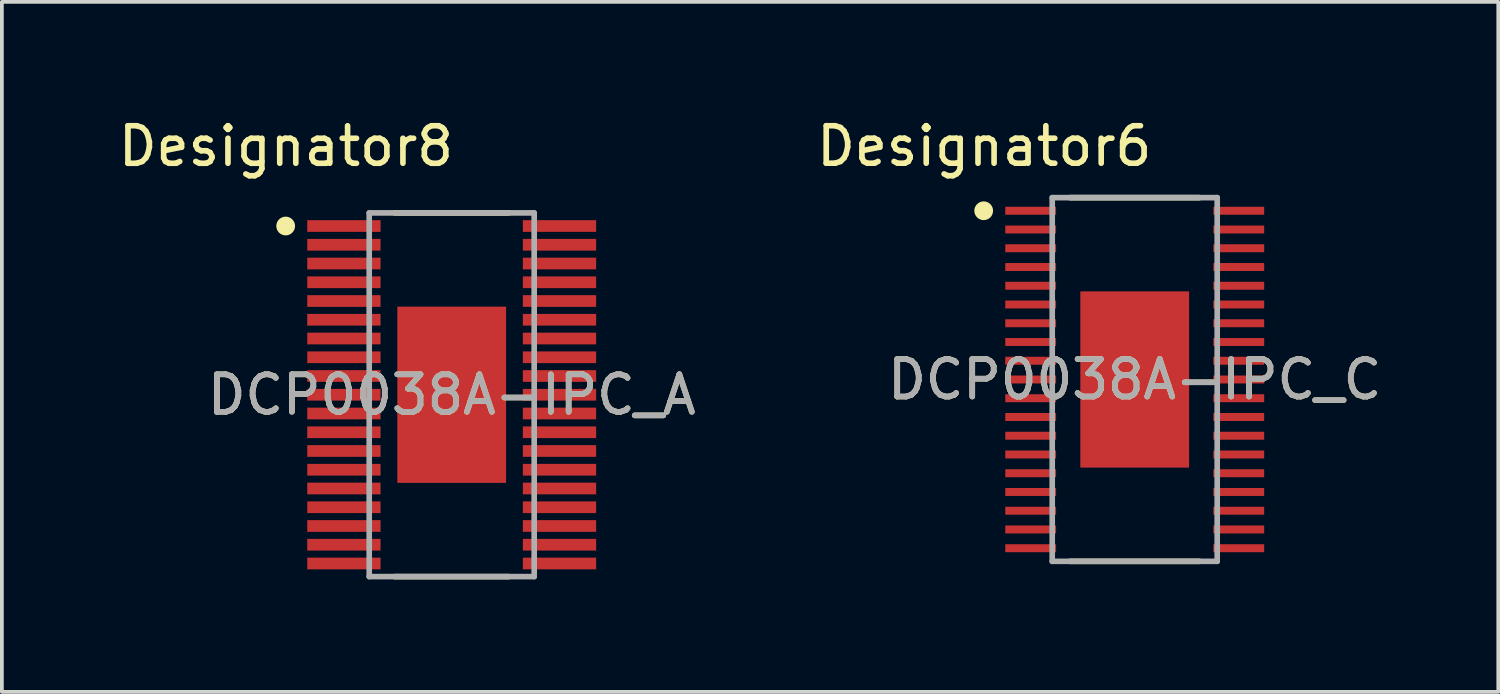
<source format=kicad_pcb>
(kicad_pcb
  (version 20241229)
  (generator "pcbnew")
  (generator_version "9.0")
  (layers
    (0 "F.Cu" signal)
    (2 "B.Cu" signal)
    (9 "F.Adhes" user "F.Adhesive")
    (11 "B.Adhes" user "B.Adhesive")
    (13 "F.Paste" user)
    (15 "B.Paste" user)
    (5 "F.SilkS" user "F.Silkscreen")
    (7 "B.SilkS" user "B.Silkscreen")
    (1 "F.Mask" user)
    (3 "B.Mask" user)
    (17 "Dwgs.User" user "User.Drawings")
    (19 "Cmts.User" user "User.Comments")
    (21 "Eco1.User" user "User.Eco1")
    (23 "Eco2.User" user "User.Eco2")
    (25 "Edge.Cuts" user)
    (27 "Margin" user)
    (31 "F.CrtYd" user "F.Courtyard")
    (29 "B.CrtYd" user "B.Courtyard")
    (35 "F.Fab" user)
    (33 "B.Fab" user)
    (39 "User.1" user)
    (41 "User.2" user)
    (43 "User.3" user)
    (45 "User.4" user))
  (footprint "DCP0038A-IPC_C"
    (layer "F.Cu")
    (at 27.213 7.071)
    (property "Reference" "DCP0038A-IPC_C" (at 0 0 0) (unlocked yes) (layer "F.SilkS") (effects (font (size 1 1) (thickness 0.15))))
    (attr smd)
    (fp_line (start -1.723 -4.85) (end 1.723 -4.85) (stroke (width 0.15) (type solid)) (layer "F.SilkS"))
    (fp_line (start -1.723 4.85) (end 1.723 4.85) (stroke (width 0.15) (type solid)) (layer "F.SilkS"))
    (fp_circle (center -4.028 -4.5) (end -3.903 -4.5) (stroke (width 0.25) (type solid)) (fill no) (layer "F.SilkS"))
    (fp_poly (pts (xy -0.969 -0.24) (xy 0.969 -0.24) (xy 0.969 -1.869) (xy -0.969 -1.869)) (stroke (width 0) (type solid)) (fill yes) (layer "F.Paste"))
    (fp_poly (pts (xy -0.969 1.869) (xy 0.969 1.869) (xy 0.969 0.24) (xy -0.969 0.24)) (stroke (width 0) (type solid)) (fill yes) (layer "F.Paste"))
    (fp_line (start -2.2 -4.85) (end 2.2 -4.85) (stroke (width 0.15) (type solid)) (layer "F.Fab"))
    (fp_line (start -2.2 4.85) (end -2.2 -4.85) (stroke (width 0.15) (type solid)) (layer "F.Fab"))
    (fp_line (start -2.2 4.85) (end 2.2 4.85) (stroke (width 0.15) (type solid)) (layer "F.Fab"))
    (fp_line (start 2.2 4.85) (end 2.2 -4.85) (stroke (width 0.15) (type solid)) (layer "F.Fab"))
    (fp_text user "Designator6" (at -4.013 -6.223 0) (unlocked yes) (layer "F.SilkS") (effects (font (size 1 1) (thickness 0.15))))
    (fp_text user "${REFERENCE}" (at 0 0 0) (unlocked yes) (layer "F.Fab") (effects (font (size 1 1) (thickness 0.15))))
    (pad "1" smd rect (at -2.775 -4.5) (size 1.355 0.212) (layers "F.Cu" "F.Mask" "F.Paste"))
    (pad "2" smd rect (at -2.775 -4) (size 1.355 0.212) (layers "F.Cu" "F.Mask" "F.Paste"))
    (pad "3" smd rect (at -2.775 -3.5) (size 1.355 0.212) (layers "F.Cu" "F.Mask" "F.Paste"))
    (pad "4" smd rect (at -2.775 -3) (size 1.355 0.212) (layers "F.Cu" "F.Mask" "F.Paste"))
    (pad "5" smd rect (at -2.775 -2.5) (size 1.355 0.212) (layers "F.Cu" "F.Mask" "F.Paste"))
    (pad "6" smd rect (at -2.775 -2) (size 1.355 0.212) (layers "F.Cu" "F.Mask" "F.Paste"))
    (pad "7" smd rect (at -2.775 -1.5) (size 1.355 0.212) (layers "F.Cu" "F.Mask" "F.Paste"))
    (pad "8" smd rect (at -2.775 -1) (size 1.355 0.212) (layers "F.Cu" "F.Mask" "F.Paste"))
    (pad "9" smd rect (at -2.775 -0.5) (size 1.355 0.212) (layers "F.Cu" "F.Mask" "F.Paste"))
    (pad "10" smd rect (at -2.775 0) (size 1.355 0.212) (layers "F.Cu" "F.Mask" "F.Paste"))
    (pad "11" smd rect (at -2.775 0.5) (size 1.355 0.212) (layers "F.Cu" "F.Mask" "F.Paste"))
    (pad "12" smd rect (at -2.775 1) (size 1.355 0.212) (layers "F.Cu" "F.Mask" "F.Paste"))
    (pad "13" smd rect (at -2.775 1.5) (size 1.355 0.212) (layers "F.Cu" "F.Mask" "F.Paste"))
    (pad "14" smd rect (at -2.775 2) (size 1.355 0.212) (layers "F.Cu" "F.Mask" "F.Paste"))
    (pad "15" smd rect (at -2.775 2.5) (size 1.355 0.212) (layers "F.Cu" "F.Mask" "F.Paste"))
    (pad "16" smd rect (at -2.775 3) (size 1.355 0.212) (layers "F.Cu" "F.Mask" "F.Paste"))
    (pad "17" smd rect (at -2.775 3.5) (size 1.355 0.212) (layers "F.Cu" "F.Mask" "F.Paste"))
    (pad "18" smd rect (at -2.775 4) (size 1.355 0.212) (layers "F.Cu" "F.Mask" "F.Paste"))
    (pad "19" smd rect (at -2.775 4.5) (size 1.355 0.212) (layers "F.Cu" "F.Mask" "F.Paste"))
    (pad "20" smd rect (at 2.775 4.5) (size 1.355 0.212) (layers "F.Cu" "F.Mask" "F.Paste"))
    (pad "21" smd rect (at 2.775 4) (size 1.355 0.212) (layers "F.Cu" "F.Mask" "F.Paste"))
    (pad "22" smd rect (at 2.775 3.5) (size 1.355 0.212) (layers "F.Cu" "F.Mask" "F.Paste"))
    (pad "23" smd rect (at 2.775 3) (size 1.355 0.212) (layers "F.Cu" "F.Mask" "F.Paste"))
    (pad "24" smd rect (at 2.775 2.5) (size 1.355 0.212) (layers "F.Cu" "F.Mask" "F.Paste"))
    (pad "25" smd rect (at 2.775 2) (size 1.355 0.212) (layers "F.Cu" "F.Mask" "F.Paste"))
    (pad "26" smd rect (at 2.775 1.5) (size 1.355 0.212) (layers "F.Cu" "F.Mask" "F.Paste"))
    (pad "27" smd rect (at 2.775 1) (size 1.355 0.212) (layers "F.Cu" "F.Mask" "F.Paste"))
    (pad "28" smd rect (at 2.775 0.5) (size 1.355 0.212) (layers "F.Cu" "F.Mask" "F.Paste"))
    (pad "29" smd rect (at 2.775 0) (size 1.355 0.212) (layers "F.Cu" "F.Mask" "F.Paste"))
    (pad "30" smd rect (at 2.775 -0.5) (size 1.355 0.212) (layers "F.Cu" "F.Mask" "F.Paste"))
    (pad "31" smd rect (at 2.775 -1) (size 1.355 0.212) (layers "F.Cu" "F.Mask" "F.Paste"))
    (pad "32" smd rect (at 2.775 -1.5) (size 1.355 0.212) (layers "F.Cu" "F.Mask" "F.Paste"))
    (pad "33" smd rect (at 2.775 -2) (size 1.355 0.212) (layers "F.Cu" "F.Mask" "F.Paste"))
    (pad "34" smd rect (at 2.775 -2.5) (size 1.355 0.212) (layers "F.Cu" "F.Mask" "F.Paste"))
    (pad "35" smd rect (at 2.775 -3) (size 1.355 0.212) (layers "F.Cu" "F.Mask" "F.Paste"))
    (pad "36" smd rect (at 2.775 -3.5) (size 1.355 0.212) (layers "F.Cu" "F.Mask" "F.Paste"))
    (pad "37" smd rect (at 2.775 -4) (size 1.355 0.212) (layers "F.Cu" "F.Mask" "F.Paste"))
    (pad "38" smd rect (at 2.775 -4.5) (size 1.355 0.212) (layers "F.Cu" "F.Mask" "F.Paste"))
    (pad "39" smd rect (at 0 0) (size 2.9 4.7) (layers "F.Cu" "F.Mask")))
  (footprint "DCP0038A-IPC_A"
    (layer "F.Cu")
    (at 8.997 7.478)
    (property "Reference" "DCP0038A-IPC_A" (at 0 0 0) (unlocked yes) (layer "F.SilkS") (effects (font (size 1 1) (thickness 0.15))))
    (attr smd)
    (fp_line (start -1.523 -4.85) (end 1.523 -4.85) (stroke (width 0.15) (type solid)) (layer "F.SilkS"))
    (fp_line (start -1.523 4.85) (end 1.523 4.85) (stroke (width 0.15) (type solid)) (layer "F.SilkS"))
    (fp_circle (center -4.428 -4.5) (end -4.303 -4.5) (stroke (width 0.25) (type solid)) (fill no) (layer "F.SilkS"))
    (fp_poly (pts (xy -0.969 -0.24) (xy 0.969 -0.24) (xy 0.969 -1.869) (xy -0.969 -1.869)) (stroke (width 0) (type solid)) (fill yes) (layer "F.Paste"))
    (fp_poly (pts (xy -0.969 1.869) (xy 0.969 1.869) (xy 0.969 0.24) (xy -0.969 0.24)) (stroke (width 0) (type solid)) (fill yes) (layer "F.Paste"))
    (fp_line (start -2.2 -4.85) (end 2.2 -4.85) (stroke (width 0.15) (type solid)) (layer "F.Fab"))
    (fp_line (start -2.2 4.85) (end -2.2 -4.85) (stroke (width 0.15) (type solid)) (layer "F.Fab"))
    (fp_line (start -2.2 4.85) (end 2.2 4.85) (stroke (width 0.15) (type solid)) (layer "F.Fab"))
    (fp_line (start 2.2 4.85) (end 2.2 -4.85) (stroke (width 0.15) (type solid)) (layer "F.Fab"))
    (fp_text user "Designator8" (at -4.42 -6.629 0) (unlocked yes) (layer "F.SilkS") (effects (font (size 1 1) (thickness 0.15))))
    (fp_text user "${REFERENCE}" (at 0 0 0) (unlocked yes) (layer "F.Fab") (effects (font (size 1 1) (thickness 0.15))))
    (pad "1" smd rect (at -2.875 -4.5) (size 1.955 0.312) (layers "F.Cu" "F.Mask" "F.Paste"))
    (pad "2" smd rect (at -2.875 -4) (size 1.955 0.312) (layers "F.Cu" "F.Mask" "F.Paste"))
    (pad "3" smd rect (at -2.875 -3.5) (size 1.955 0.312) (layers "F.Cu" "F.Mask" "F.Paste"))
    (pad "4" smd rect (at -2.875 -3) (size 1.955 0.312) (layers "F.Cu" "F.Mask" "F.Paste"))
    (pad "5" smd rect (at -2.875 -2.5) (size 1.955 0.312) (layers "F.Cu" "F.Mask" "F.Paste"))
    (pad "6" smd rect (at -2.875 -2) (size 1.955 0.312) (layers "F.Cu" "F.Mask" "F.Paste"))
    (pad "7" smd rect (at -2.875 -1.5) (size 1.955 0.312) (layers "F.Cu" "F.Mask" "F.Paste"))
    (pad "8" smd rect (at -2.875 -1) (size 1.955 0.312) (layers "F.Cu" "F.Mask" "F.Paste"))
    (pad "9" smd rect (at -2.875 -0.5) (size 1.955 0.312) (layers "F.Cu" "F.Mask" "F.Paste"))
    (pad "10" smd rect (at -2.875 0) (size 1.955 0.312) (layers "F.Cu" "F.Mask" "F.Paste"))
    (pad "11" smd rect (at -2.875 0.5) (size 1.955 0.312) (layers "F.Cu" "F.Mask" "F.Paste"))
    (pad "12" smd rect (at -2.875 1) (size 1.955 0.312) (layers "F.Cu" "F.Mask" "F.Paste"))
    (pad "13" smd rect (at -2.875 1.5) (size 1.955 0.312) (layers "F.Cu" "F.Mask" "F.Paste"))
    (pad "14" smd rect (at -2.875 2) (size 1.955 0.312) (layers "F.Cu" "F.Mask" "F.Paste"))
    (pad "15" smd rect (at -2.875 2.5) (size 1.955 0.312) (layers "F.Cu" "F.Mask" "F.Paste"))
    (pad "16" smd rect (at -2.875 3) (size 1.955 0.312) (layers "F.Cu" "F.Mask" "F.Paste"))
    (pad "17" smd rect (at -2.875 3.5) (size 1.955 0.312) (layers "F.Cu" "F.Mask" "F.Paste"))
    (pad "18" smd rect (at -2.875 4) (size 1.955 0.312) (layers "F.Cu" "F.Mask" "F.Paste"))
    (pad "19" smd rect (at -2.875 4.5) (size 1.955 0.312) (layers "F.Cu" "F.Mask" "F.Paste"))
    (pad "20" smd rect (at 2.875 4.5) (size 1.955 0.312) (layers "F.Cu" "F.Mask" "F.Paste"))
    (pad "21" smd rect (at 2.875 4) (size 1.955 0.312) (layers "F.Cu" "F.Mask" "F.Paste"))
    (pad "22" smd rect (at 2.875 3.5) (size 1.955 0.312) (layers "F.Cu" "F.Mask" "F.Paste"))
    (pad "23" smd rect (at 2.875 3) (size 1.955 0.312) (layers "F.Cu" "F.Mask" "F.Paste"))
    (pad "24" smd rect (at 2.875 2.5) (size 1.955 0.312) (layers "F.Cu" "F.Mask" "F.Paste"))
    (pad "25" smd rect (at 2.875 2) (size 1.955 0.312) (layers "F.Cu" "F.Mask" "F.Paste"))
    (pad "26" smd rect (at 2.875 1.5) (size 1.955 0.312) (layers "F.Cu" "F.Mask" "F.Paste"))
    (pad "27" smd rect (at 2.875 1) (size 1.955 0.312) (layers "F.Cu" "F.Mask" "F.Paste"))
    (pad "28" smd rect (at 2.875 0.5) (size 1.955 0.312) (layers "F.Cu" "F.Mask" "F.Paste"))
    (pad "29" smd rect (at 2.875 0) (size 1.955 0.312) (layers "F.Cu" "F.Mask" "F.Paste"))
    (pad "30" smd rect (at 2.875 -0.5) (size 1.955 0.312) (layers "F.Cu" "F.Mask" "F.Paste"))
    (pad "31" smd rect (at 2.875 -1) (size 1.955 0.312) (layers "F.Cu" "F.Mask" "F.Paste"))
    (pad "32" smd rect (at 2.875 -1.5) (size 1.955 0.312) (layers "F.Cu" "F.Mask" "F.Paste"))
    (pad "33" smd rect (at 2.875 -2) (size 1.955 0.312) (layers "F.Cu" "F.Mask" "F.Paste"))
    (pad "34" smd rect (at 2.875 -2.5) (size 1.955 0.312) (layers "F.Cu" "F.Mask" "F.Paste"))
    (pad "35" smd rect (at 2.875 -3) (size 1.955 0.312) (layers "F.Cu" "F.Mask" "F.Paste"))
    (pad "36" smd rect (at 2.875 -3.5) (size 1.955 0.312) (layers "F.Cu" "F.Mask" "F.Paste"))
    (pad "37" smd rect (at 2.875 -4) (size 1.955 0.312) (layers "F.Cu" "F.Mask" "F.Paste"))
    (pad "38" smd rect (at 2.875 -4.5) (size 1.955 0.312) (layers "F.Cu" "F.Mask" "F.Paste"))
    (pad "39" smd rect (at 0 0) (size 2.9 4.7) (layers "F.Cu" "F.Mask")))
  (gr_rect
    (start -3 -3)
    (end 36.909 15.403)
    (stroke (width 0.1) (type default))
    (fill no)
    (layer "Edge.Cuts")))
</source>
